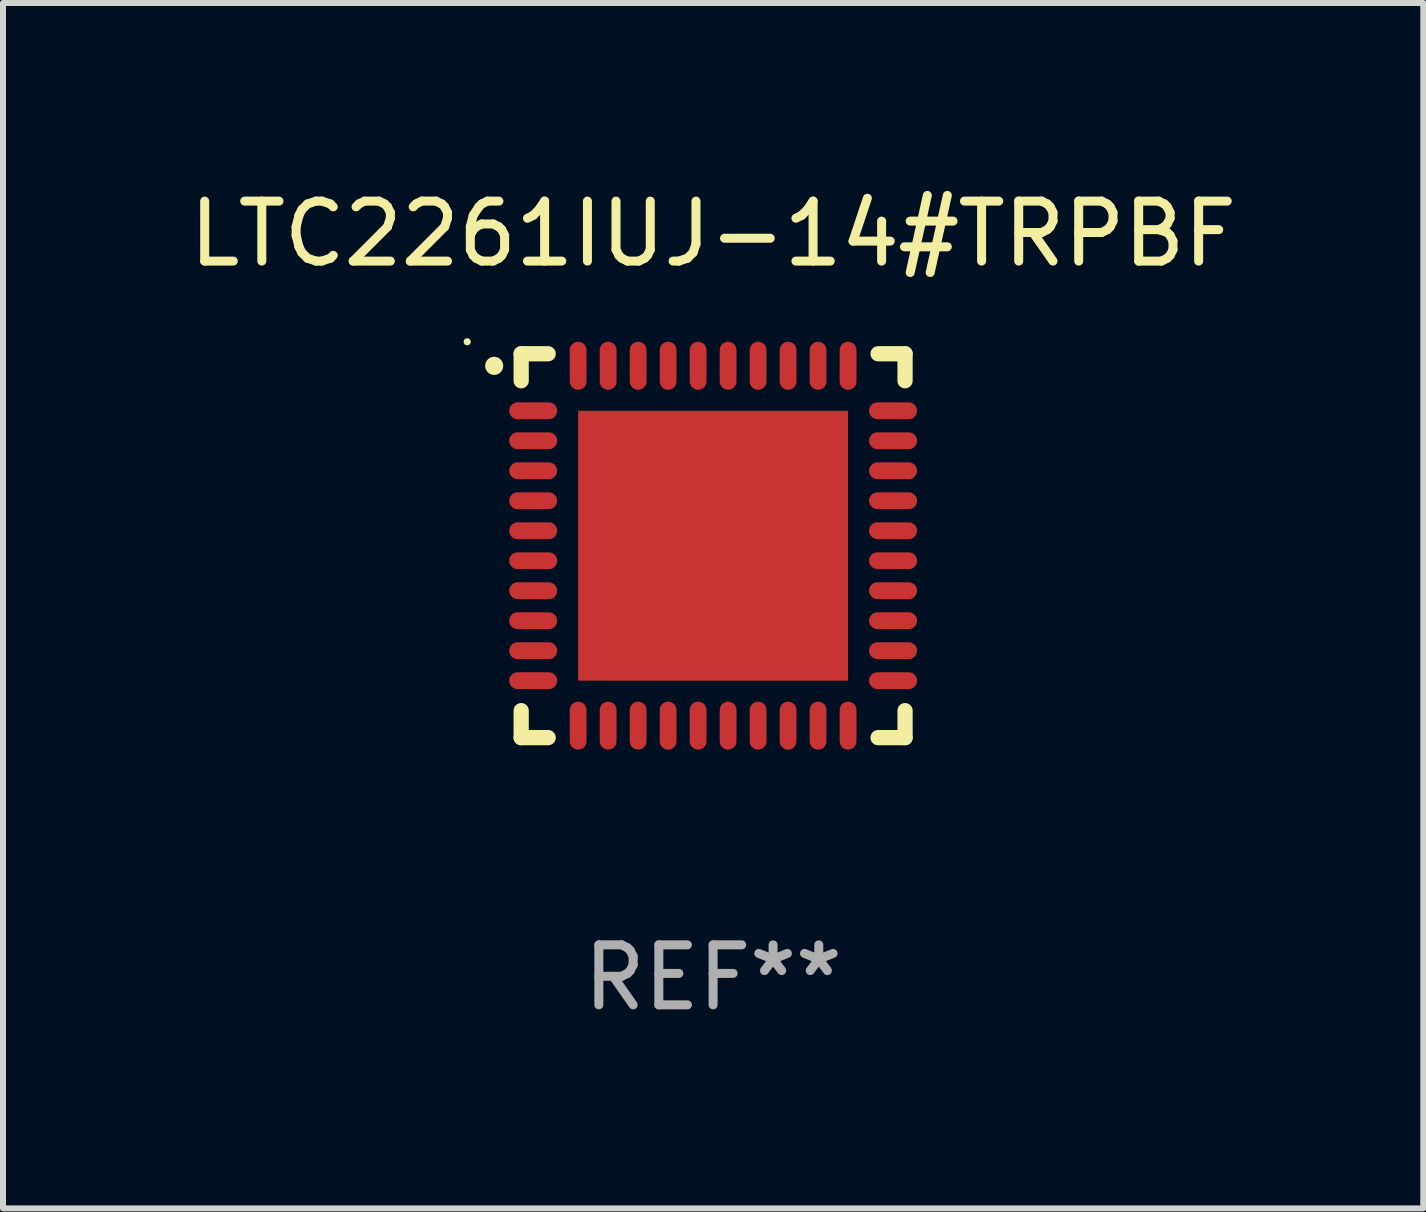
<source format=kicad_pcb>
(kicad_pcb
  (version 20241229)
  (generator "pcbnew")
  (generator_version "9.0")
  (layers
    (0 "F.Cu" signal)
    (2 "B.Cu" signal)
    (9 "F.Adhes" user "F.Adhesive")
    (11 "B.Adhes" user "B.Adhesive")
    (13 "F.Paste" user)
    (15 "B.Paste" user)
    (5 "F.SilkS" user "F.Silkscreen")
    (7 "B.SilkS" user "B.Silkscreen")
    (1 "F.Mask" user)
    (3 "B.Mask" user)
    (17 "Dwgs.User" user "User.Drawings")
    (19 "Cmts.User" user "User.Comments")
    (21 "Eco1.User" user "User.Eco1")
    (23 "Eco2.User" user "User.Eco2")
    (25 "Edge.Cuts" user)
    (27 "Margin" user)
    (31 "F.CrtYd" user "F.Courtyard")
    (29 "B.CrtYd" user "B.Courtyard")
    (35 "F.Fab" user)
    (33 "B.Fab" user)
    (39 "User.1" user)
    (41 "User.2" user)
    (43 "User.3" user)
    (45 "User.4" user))
  (footprint "LTC2261IUJ-14#TRPBF"
    (layer "F.Cu")
    (at 8.839 6.048)
    (property "Reference" "LTC2261IUJ-14#TRPBF" (at 0 -5.2 0) (layer "F.SilkS") (effects (font (size 1 1) (thickness 0.15))))
    (attr through_hole)
    (fp_line (start -3.2 -3.2) (end -2.75 -3.2) (stroke (width 0.254) (type solid)) (layer "F.SilkS"))
    (fp_line (start -3.2 -2.75) (end -3.2 -3.2) (stroke (width 0.254) (type solid)) (layer "F.SilkS"))
    (fp_line (start -3.2 3.2) (end -3.2 2.75) (stroke (width 0.254) (type solid)) (layer "F.SilkS"))
    (fp_line (start -2.75 3.2) (end -3.2 3.2) (stroke (width 0.254) (type solid)) (layer "F.SilkS"))
    (fp_line (start 2.75 3.2) (end 3.2 3.2) (stroke (width 0.254) (type solid)) (layer "F.SilkS"))
    (fp_line (start 3.2 -3.2) (end 2.75 -3.2) (stroke (width 0.254) (type solid)) (layer "F.SilkS"))
    (fp_line (start 3.2 -2.75) (end 3.2 -3.2) (stroke (width 0.254) (type solid)) (layer "F.SilkS"))
    (fp_line (start 3.2 3.2) (end 3.2 2.75) (stroke (width 0.254) (type solid)) (layer "F.SilkS"))
    (fp_arc (start -3.649987 -2.997206) (mid -3.649992 -2.998476) (end -3.649987 -2.999746) (stroke (width 0.3) (type solid)) (layer "F.SilkS"))
    (fp_circle (center -4.1 -3.4) (end -4.07 -3.4) (stroke (width 0.06) (type solid)) (fill no) (layer "F.SilkS"))
    (fp_text user "REF**" (at 0 7.2 0) (layer "F.Fab") (effects (font (size 1 1) (thickness 0.15))))
    (pad "1" smd oval (at -3 -2.25 90) (size 0.28 0.8) (layers "F.Cu" "F.Mask" "F.Paste"))
    (pad "2" smd oval (at -3 -1.75 90) (size 0.28 0.8) (layers "F.Cu" "F.Mask" "F.Paste"))
    (pad "3" smd oval (at -3 -1.25 90) (size 0.28 0.8) (layers "F.Cu" "F.Mask" "F.Paste"))
    (pad "4" smd oval (at -3 -0.75 90) (size 0.28 0.8) (layers "F.Cu" "F.Mask" "F.Paste"))
    (pad "5" smd oval (at -3 -0.25 90) (size 0.28 0.8) (layers "F.Cu" "F.Mask" "F.Paste"))
    (pad "6" smd oval (at -3 0.25 90) (size 0.28 0.8) (layers "F.Cu" "F.Mask" "F.Paste"))
    (pad "7" smd oval (at -3 0.75 90) (size 0.28 0.8) (layers "F.Cu" "F.Mask" "F.Paste"))
    (pad "8" smd oval (at -3 1.25 90) (size 0.28 0.8) (layers "F.Cu" "F.Mask" "F.Paste"))
    (pad "9" smd oval (at -3 1.75 90) (size 0.28 0.8) (layers "F.Cu" "F.Mask" "F.Paste"))
    (pad "10" smd oval (at -3 2.25 90) (size 0.28 0.8) (layers "F.Cu" "F.Mask" "F.Paste"))
    (pad "11" smd oval (at -2.25 3) (size 0.28 0.8) (layers "F.Cu" "F.Mask" "F.Paste"))
    (pad "12" smd oval (at -1.75 3) (size 0.28 0.8) (layers "F.Cu" "F.Mask" "F.Paste"))
    (pad "13" smd oval (at -1.25 3) (size 0.28 0.8) (layers "F.Cu" "F.Mask" "F.Paste"))
    (pad "14" smd oval (at -0.75 3) (size 0.28 0.8) (layers "F.Cu" "F.Mask" "F.Paste"))
    (pad "15" smd oval (at -0.25 3) (size 0.28 0.8) (layers "F.Cu" "F.Mask" "F.Paste"))
    (pad "16" smd oval (at 0.25 3) (size 0.28 0.8) (layers "F.Cu" "F.Mask" "F.Paste"))
    (pad "17" smd oval (at 0.75 3) (size 0.28 0.8) (layers "F.Cu" "F.Mask" "F.Paste"))
    (pad "18" smd oval (at 1.25 3) (size 0.28 0.8) (layers "F.Cu" "F.Mask" "F.Paste"))
    (pad "19" smd oval (at 1.75 3) (size 0.28 0.8) (layers "F.Cu" "F.Mask" "F.Paste"))
    (pad "20" smd oval (at 2.25 3) (size 0.28 0.8) (layers "F.Cu" "F.Mask" "F.Paste"))
    (pad "21" smd oval (at 3 2.25 90) (size 0.28 0.8) (layers "F.Cu" "F.Mask" "F.Paste"))
    (pad "22" smd oval (at 3 1.75 90) (size 0.28 0.8) (layers "F.Cu" "F.Mask" "F.Paste"))
    (pad "23" smd oval (at 3 1.25 90) (size 0.28 0.8) (layers "F.Cu" "F.Mask" "F.Paste"))
    (pad "24" smd oval (at 3 0.75 90) (size 0.28 0.8) (layers "F.Cu" "F.Mask" "F.Paste"))
    (pad "25" smd oval (at 3 0.25 90) (size 0.28 0.8) (layers "F.Cu" "F.Mask" "F.Paste"))
    (pad "26" smd oval (at 3 -0.25 90) (size 0.28 0.8) (layers "F.Cu" "F.Mask" "F.Paste"))
    (pad "27" smd oval (at 3 -0.75 90) (size 0.28 0.8) (layers "F.Cu" "F.Mask" "F.Paste"))
    (pad "28" smd oval (at 3 -1.25 90) (size 0.28 0.8) (layers "F.Cu" "F.Mask" "F.Paste"))
    (pad "29" smd oval (at 3 -1.75 90) (size 0.28 0.8) (layers "F.Cu" "F.Mask" "F.Paste"))
    (pad "30" smd oval (at 3 -2.25 90) (size 0.28 0.8) (layers "F.Cu" "F.Mask" "F.Paste"))
    (pad "31" smd oval (at 2.25 -3) (size 0.28 0.8) (layers "F.Cu" "F.Mask" "F.Paste"))
    (pad "32" smd oval (at 1.75 -3) (size 0.28 0.8) (layers "F.Cu" "F.Mask" "F.Paste"))
    (pad "33" smd oval (at 1.25 -3) (size 0.28 0.8) (layers "F.Cu" "F.Mask" "F.Paste"))
    (pad "34" smd oval (at 0.75 -3) (size 0.28 0.8) (layers "F.Cu" "F.Mask" "F.Paste"))
    (pad "35" smd oval (at 0.25 -3) (size 0.28 0.8) (layers "F.Cu" "F.Mask" "F.Paste"))
    (pad "36" smd oval (at -0.25 -3) (size 0.28 0.8) (layers "F.Cu" "F.Mask" "F.Paste"))
    (pad "37" smd oval (at -0.75 -3) (size 0.28 0.8) (layers "F.Cu" "F.Mask" "F.Paste"))
    (pad "38" smd oval (at -1.25 -3) (size 0.28 0.8) (layers "F.Cu" "F.Mask" "F.Paste"))
    (pad "39" smd oval (at -1.75 -3) (size 0.28 0.8) (layers "F.Cu" "F.Mask" "F.Paste"))
    (pad "40" smd oval (at -2.25 -3) (size 0.28 0.8) (layers "F.Cu" "F.Mask" "F.Paste"))
    (pad "41" smd rect (at 0 0) (size 4.5 4.5) (layers "F.Cu" "F.Mask" "F.Paste")))
  (gr_rect
    (start -3 -3)
    (end 20.679 17.096)
    (stroke (width 0.1) (type default))
    (fill no)
    (layer "Edge.Cuts")))
</source>
